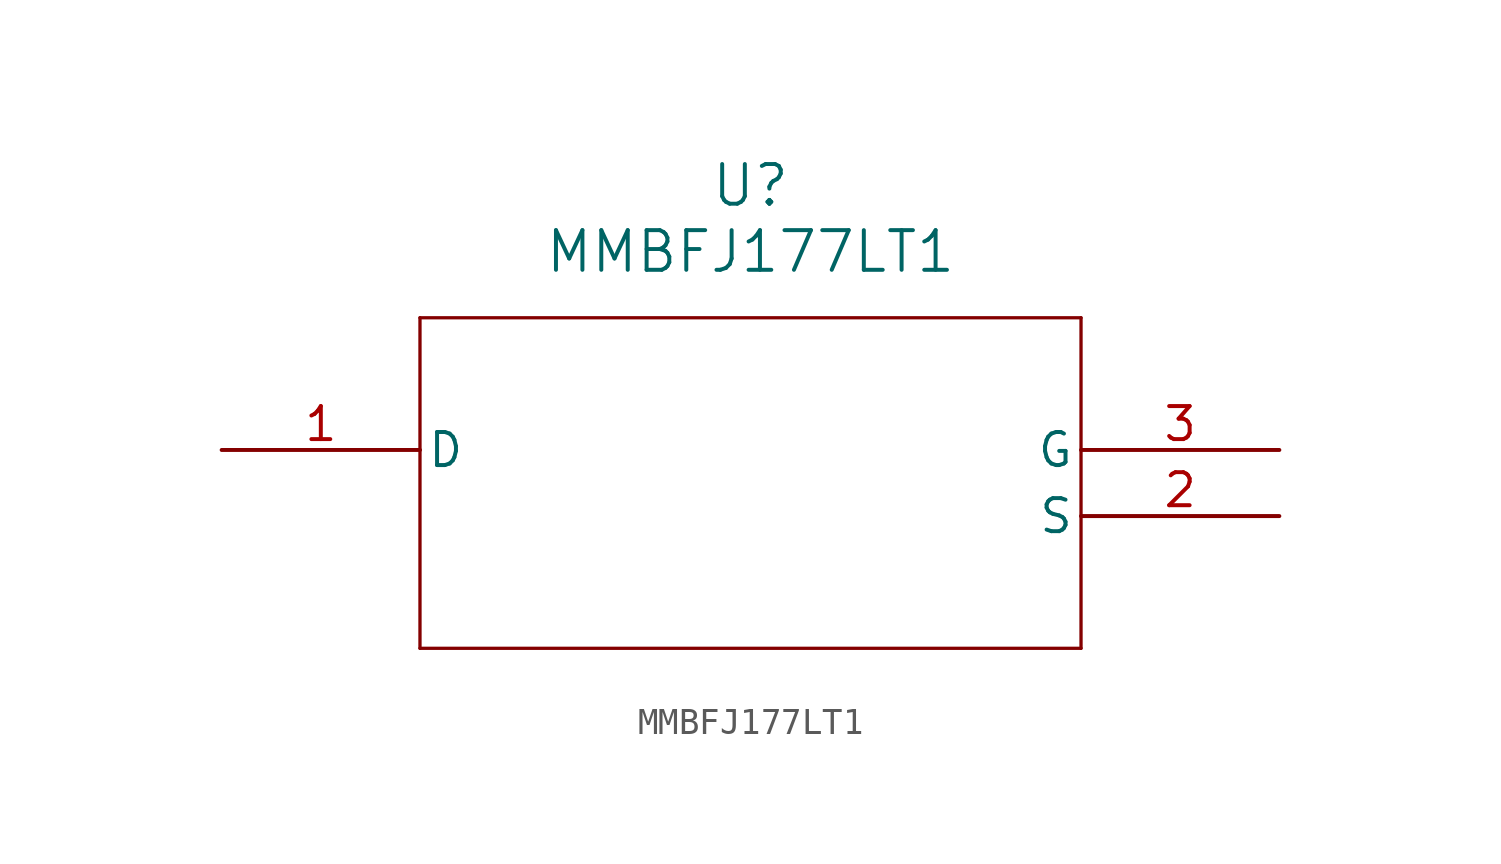
<source format=kicad_sym>
(kicad_symbol_lib
  (version 20211014)
  (generator kicad_symbol_editor)
  (symbol "MMBFJ177LT1"
    (pin_names
      (offset 0.254))
    (property "Reference" "U"
      (at 20.32 10.16 0)
      (effects (font (size 1.524 1.524))))
    (property "Value" "MMBFJ177LT1"
      (at 20.32 7.62 0)
      (effects (font (size 1.524 1.524))))
    (symbol "MMBFJ177LT1_0_1"
      (polyline (pts (xy 7.62 5.08) (xy 7.62 -7.62)) (stroke (width 0.127) (type default) (color 0 0 0 0)) (fill (type none)))
      (polyline (pts (xy 7.62 -7.62) (xy 33.02 -7.62)) (stroke (width 0.127) (type default) (color 0 0 0 0)) (fill (type none)))
      (polyline (pts (xy 33.02 -7.62) (xy 33.02 5.08)) (stroke (width 0.127) (type default) (color 0 0 0 0)) (fill (type none)))
      (polyline (pts (xy 33.02 5.08) (xy 7.62 5.08)) (stroke (width 0.127) (type default) (color 0 0 0 0)) (fill (type none)))
      (pin unspecified line (at 0 0 0) (length 7.62) (name "D" (effects (font (size 1.27 1.27)))) (number "1" (effects (font (size 1.27 1.27)))))
      (pin unspecified line (at 40.64 -2.54 180) (length 7.62) (name "S" (effects (font (size 1.27 1.27)))) (number "2" (effects (font (size 1.27 1.27)))))
      (pin unspecified line (at 40.64 0 180) (length 7.62) (name "G" (effects (font (size 1.27 1.27)))) (number "3" (effects (font (size 1.27 1.27))))))))
</source>
